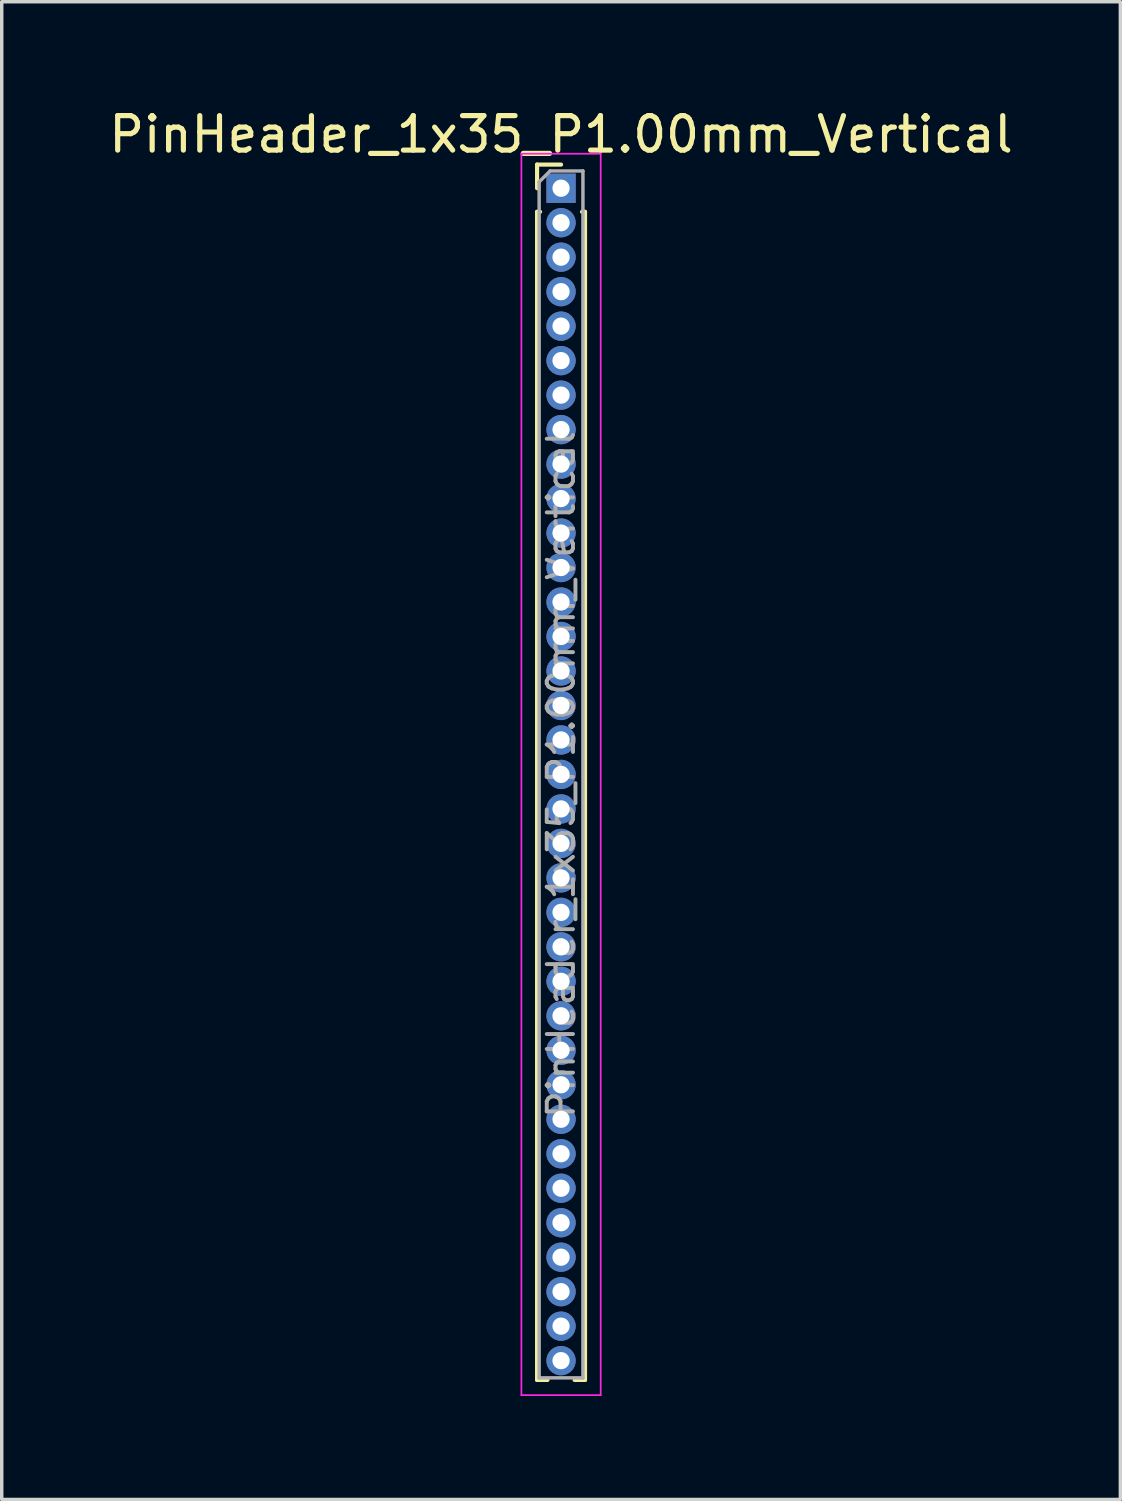
<source format=kicad_pcb>
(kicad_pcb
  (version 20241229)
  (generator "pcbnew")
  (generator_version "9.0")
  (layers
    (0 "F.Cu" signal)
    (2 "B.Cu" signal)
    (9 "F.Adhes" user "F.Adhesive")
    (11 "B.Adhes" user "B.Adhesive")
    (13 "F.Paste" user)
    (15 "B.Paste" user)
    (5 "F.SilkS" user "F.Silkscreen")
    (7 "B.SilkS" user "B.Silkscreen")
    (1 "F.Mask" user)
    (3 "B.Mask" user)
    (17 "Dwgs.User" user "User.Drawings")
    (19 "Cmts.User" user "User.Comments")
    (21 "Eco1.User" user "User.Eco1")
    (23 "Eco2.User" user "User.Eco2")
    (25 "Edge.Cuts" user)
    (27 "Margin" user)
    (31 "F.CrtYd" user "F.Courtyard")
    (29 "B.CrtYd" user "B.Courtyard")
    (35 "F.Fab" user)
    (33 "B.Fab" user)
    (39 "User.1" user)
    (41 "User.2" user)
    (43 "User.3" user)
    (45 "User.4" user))
  (footprint "PinHeader_1x35_P1.00mm_Vertical"
    (layer "F.Cu")
    (at 13.22 2.408)
    (property "Reference" "PinHeader_1x35_P1.00mm_Vertical" (at 0 -1.56 0) (layer "F.SilkS") (effects (font (size 1 1) (thickness 0.15))))
    (attr through_hole)
    (fp_line (start -0.695 -0.685) (end 0 -0.685) (stroke (width 0.12) (type solid)) (layer "F.SilkS"))
    (fp_line (start -0.695 0) (end -0.695 -0.685) (stroke (width 0.12) (type solid)) (layer "F.SilkS"))
    (fp_line (start -0.695 0.685) (end -0.695 34.56) (stroke (width 0.12) (type solid)) (layer "F.SilkS"))
    (fp_line (start -0.695 0.685) (end -0.608 0.685) (stroke (width 0.12) (type solid)) (layer "F.SilkS"))
    (fp_line (start -0.695 34.56) (end -0.394 34.56) (stroke (width 0.12) (type solid)) (layer "F.SilkS"))
    (fp_line (start 0.394 34.56) (end 0.695 34.56) (stroke (width 0.12) (type solid)) (layer "F.SilkS"))
    (fp_line (start 0.608 0.685) (end 0.695 0.685) (stroke (width 0.12) (type solid)) (layer "F.SilkS"))
    (fp_line (start 0.695 0.685) (end 0.695 34.56) (stroke (width 0.12) (type solid)) (layer "F.SilkS"))
    (fp_line (start -1.15 -1) (end -1.15 35) (stroke (width 0.05) (type solid)) (layer "F.CrtYd"))
    (fp_line (start -1.15 35) (end 1.15 35) (stroke (width 0.05) (type solid)) (layer "F.CrtYd"))
    (fp_line (start 1.15 -1) (end -1.15 -1) (stroke (width 0.05) (type solid)) (layer "F.CrtYd"))
    (fp_line (start 1.15 35) (end 1.15 -1) (stroke (width 0.05) (type solid)) (layer "F.CrtYd"))
    (fp_line (start -0.635 -0.182) (end -0.318 -0.5) (stroke (width 0.1) (type solid)) (layer "F.Fab"))
    (fp_line (start -0.635 34.5) (end -0.635 -0.182) (stroke (width 0.1) (type solid)) (layer "F.Fab"))
    (fp_line (start -0.318 -0.5) (end 0.635 -0.5) (stroke (width 0.1) (type solid)) (layer "F.Fab"))
    (fp_line (start 0.635 -0.5) (end 0.635 34.5) (stroke (width 0.1) (type solid)) (layer "F.Fab"))
    (fp_line (start 0.635 34.5) (end -0.635 34.5) (stroke (width 0.1) (type solid)) (layer "F.Fab"))
    (fp_text user "${REFERENCE}" (at 0 17 90) (layer "F.Fab") (effects (font (size 0.76 0.76) (thickness 0.114))))
    (pad "1" thru_hole rect (at 0 0) (size 0.85 0.85) (drill 0.5) (layers "*.Cu" "*.Mask"))
    (pad "2" thru_hole oval (at 0 1) (size 0.85 0.85) (drill 0.5) (layers "*.Cu" "*.Mask"))
    (pad "3" thru_hole oval (at 0 2) (size 0.85 0.85) (drill 0.5) (layers "*.Cu" "*.Mask"))
    (pad "4" thru_hole oval (at 0 3) (size 0.85 0.85) (drill 0.5) (layers "*.Cu" "*.Mask"))
    (pad "5" thru_hole oval (at 0 4) (size 0.85 0.85) (drill 0.5) (layers "*.Cu" "*.Mask"))
    (pad "6" thru_hole oval (at 0 5) (size 0.85 0.85) (drill 0.5) (layers "*.Cu" "*.Mask"))
    (pad "7" thru_hole oval (at 0 6) (size 0.85 0.85) (drill 0.5) (layers "*.Cu" "*.Mask"))
    (pad "8" thru_hole oval (at 0 7) (size 0.85 0.85) (drill 0.5) (layers "*.Cu" "*.Mask"))
    (pad "9" thru_hole oval (at 0 8) (size 0.85 0.85) (drill 0.5) (layers "*.Cu" "*.Mask"))
    (pad "10" thru_hole oval (at 0 9) (size 0.85 0.85) (drill 0.5) (layers "*.Cu" "*.Mask"))
    (pad "11" thru_hole oval (at 0 10) (size 0.85 0.85) (drill 0.5) (layers "*.Cu" "*.Mask"))
    (pad "12" thru_hole oval (at 0 11) (size 0.85 0.85) (drill 0.5) (layers "*.Cu" "*.Mask"))
    (pad "13" thru_hole oval (at 0 12) (size 0.85 0.85) (drill 0.5) (layers "*.Cu" "*.Mask"))
    (pad "14" thru_hole oval (at 0 13) (size 0.85 0.85) (drill 0.5) (layers "*.Cu" "*.Mask"))
    (pad "15" thru_hole oval (at 0 14) (size 0.85 0.85) (drill 0.5) (layers "*.Cu" "*.Mask"))
    (pad "16" thru_hole oval (at 0 15) (size 0.85 0.85) (drill 0.5) (layers "*.Cu" "*.Mask"))
    (pad "17" thru_hole oval (at 0 16) (size 0.85 0.85) (drill 0.5) (layers "*.Cu" "*.Mask"))
    (pad "18" thru_hole oval (at 0 17) (size 0.85 0.85) (drill 0.5) (layers "*.Cu" "*.Mask"))
    (pad "19" thru_hole oval (at 0 18) (size 0.85 0.85) (drill 0.5) (layers "*.Cu" "*.Mask"))
    (pad "20" thru_hole oval (at 0 19) (size 0.85 0.85) (drill 0.5) (layers "*.Cu" "*.Mask"))
    (pad "21" thru_hole oval (at 0 20) (size 0.85 0.85) (drill 0.5) (layers "*.Cu" "*.Mask"))
    (pad "22" thru_hole oval (at 0 21) (size 0.85 0.85) (drill 0.5) (layers "*.Cu" "*.Mask"))
    (pad "23" thru_hole oval (at 0 22) (size 0.85 0.85) (drill 0.5) (layers "*.Cu" "*.Mask"))
    (pad "24" thru_hole oval (at 0 23) (size 0.85 0.85) (drill 0.5) (layers "*.Cu" "*.Mask"))
    (pad "25" thru_hole oval (at 0 24) (size 0.85 0.85) (drill 0.5) (layers "*.Cu" "*.Mask"))
    (pad "26" thru_hole oval (at 0 25) (size 0.85 0.85) (drill 0.5) (layers "*.Cu" "*.Mask"))
    (pad "27" thru_hole oval (at 0 26) (size 0.85 0.85) (drill 0.5) (layers "*.Cu" "*.Mask"))
    (pad "28" thru_hole oval (at 0 27) (size 0.85 0.85) (drill 0.5) (layers "*.Cu" "*.Mask"))
    (pad "29" thru_hole oval (at 0 28) (size 0.85 0.85) (drill 0.5) (layers "*.Cu" "*.Mask"))
    (pad "30" thru_hole oval (at 0 29) (size 0.85 0.85) (drill 0.5) (layers "*.Cu" "*.Mask"))
    (pad "31" thru_hole oval (at 0 30) (size 0.85 0.85) (drill 0.5) (layers "*.Cu" "*.Mask"))
    (pad "32" thru_hole oval (at 0 31) (size 0.85 0.85) (drill 0.5) (layers "*.Cu" "*.Mask"))
    (pad "33" thru_hole oval (at 0 32) (size 0.85 0.85) (drill 0.5) (layers "*.Cu" "*.Mask"))
    (pad "34" thru_hole oval (at 0 33) (size 0.85 0.85) (drill 0.5) (layers "*.Cu" "*.Mask"))
    (pad "35" thru_hole oval (at 0 34) (size 0.85 0.85) (drill 0.5) (layers "*.Cu" "*.Mask")))
  (gr_rect
    (start -3 -3)
    (end 29.44 40.433)
    (stroke (width 0.1) (type default))
    (fill no)
    (layer "Edge.Cuts")))
</source>
